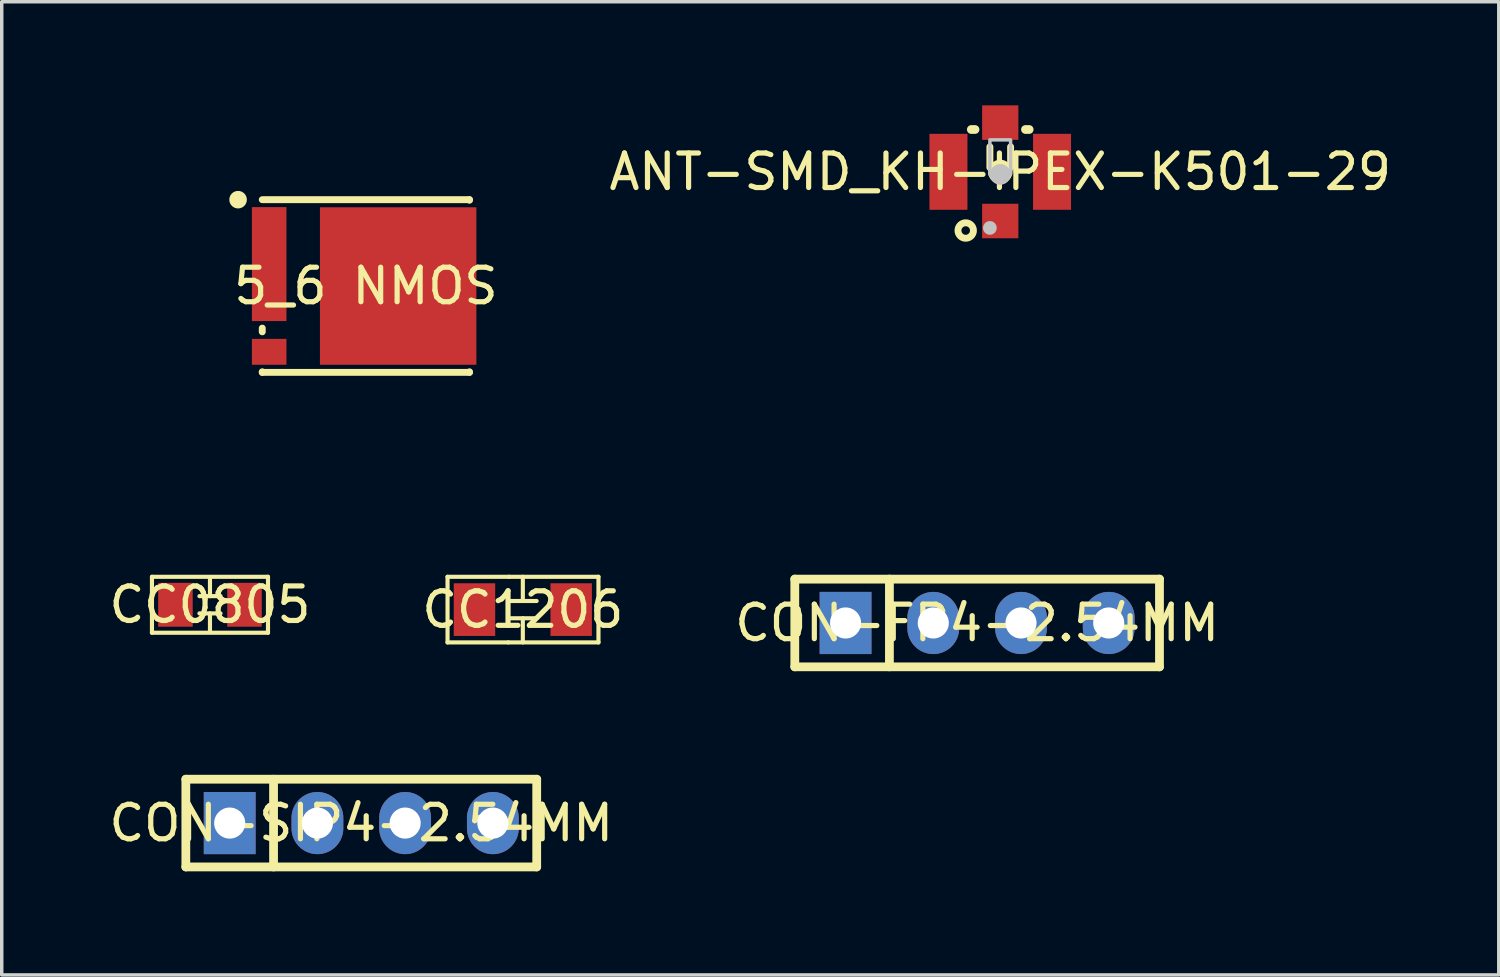
<source format=kicad_pcb>
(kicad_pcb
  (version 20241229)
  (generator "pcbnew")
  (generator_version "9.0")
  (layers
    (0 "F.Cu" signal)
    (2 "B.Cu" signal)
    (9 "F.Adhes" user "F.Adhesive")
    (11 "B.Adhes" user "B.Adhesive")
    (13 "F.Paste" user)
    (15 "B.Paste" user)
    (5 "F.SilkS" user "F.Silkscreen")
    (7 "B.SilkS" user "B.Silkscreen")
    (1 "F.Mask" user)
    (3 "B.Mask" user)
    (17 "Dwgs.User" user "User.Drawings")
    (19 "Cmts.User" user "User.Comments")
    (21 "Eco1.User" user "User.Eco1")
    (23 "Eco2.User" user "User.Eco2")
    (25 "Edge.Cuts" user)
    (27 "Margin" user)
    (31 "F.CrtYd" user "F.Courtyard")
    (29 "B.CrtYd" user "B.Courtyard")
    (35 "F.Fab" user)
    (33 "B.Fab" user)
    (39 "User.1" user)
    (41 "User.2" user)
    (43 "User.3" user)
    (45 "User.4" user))
  (footprint "CC0805"
    (layer "F.Cu")
    (at 3.03 14.462)
    (property "Reference" "CC0805" (at 0 0 0) (layer "F.SilkS") (effects (font (size 1 1) (thickness 0.15))))
    (fp_line (start -1.68 -0.81) (end -1.68 0.81) (stroke (width 0.12) (type default)) (layer "F.SilkS"))
    (fp_line (start -1.68 0.81) (end 1.68 0.81) (stroke (width 0.12) (type default)) (layer "F.SilkS"))
    (fp_line (start -0.305 -0.25) (end 0.305 -0.25) (stroke (width 0.12) (type default)) (layer "F.SilkS"))
    (fp_line (start -0.305 0.25) (end 0.305 0.25) (stroke (width 0.12) (type default)) (layer "F.SilkS"))
    (fp_line (start 0 -0.25) (end 0 -0.737) (stroke (width 0.12) (type default)) (layer "F.SilkS"))
    (fp_line (start 0 0.762) (end 0 0.25) (stroke (width 0.12) (type default)) (layer "F.SilkS"))
    (fp_line (start 1.68 -0.81) (end -1.68 -0.81) (stroke (width 0.12) (type default)) (layer "F.SilkS"))
    (fp_line (start 1.68 0.81) (end 1.68 -0.81) (stroke (width 0.12) (type default)) (layer "F.SilkS"))
    (pad "1" smd rect (at -1 0 90) (size 1.27 1) (layers "F.Cu" "F.Mask" "F.Paste"))
    (pad "2" smd rect (at 1 0 90) (size 1.27 1) (layers "F.Cu" "F.Mask" "F.Paste")))
  (footprint "5_6 NMOS"
    (layer "F.Cu")
    (at 7.544 5.232)
    (property "Reference" "5_6 NMOS" (at 0 0 0) (layer "F.SilkS") (effects (font (size 1 1) (thickness 0.15))))
    (fp_line (start -3 -2.5) (end 3 -2.5) (stroke (width 0.2) (type default)) (layer "F.SilkS"))
    (fp_line (start -3 1.326) (end -3 1.219) (stroke (width 0.2) (type default)) (layer "F.SilkS"))
    (fp_line (start -3 2.5) (end -3 2.484) (stroke (width 0.2) (type default)) (layer "F.SilkS"))
    (fp_line (start 3 -2.5) (end 3 -2.484) (stroke (width 0.2) (type default)) (layer "F.SilkS"))
    (fp_line (start 3 2.484) (end 3 2.5) (stroke (width 0.2) (type default)) (layer "F.SilkS"))
    (fp_line (start 3 2.5) (end -3 2.5) (stroke (width 0.2) (type default)) (layer "F.SilkS"))
    (fp_circle (center -3.7 -2.5) (end -3.573 -2.5) (stroke (width 0.254) (type default)) (fill no) (layer "F.SilkS"))
    (fp_poly (pts (xy -5.723 0.512) (xy -5.723 1.012) (xy -7.023 1.012) (xy -7.023 0.512)) (stroke (width 0.1) (type default)) (fill no) (layer "User.1"))
    (fp_poly (pts (xy -5.723 1.782) (xy -5.723 2.282) (xy -7.023 2.282) (xy -7.023 1.782)) (stroke (width 0.1) (type default)) (fill no) (layer "User.1"))
    (fp_poly (pts (xy -5.723 3.052) (xy -5.723 3.552) (xy -7.023 3.552) (xy -7.023 3.052)) (stroke (width 0.1) (type default)) (fill no) (layer "User.1"))
    (fp_poly (pts (xy -5.723 4.322) (xy -5.723 4.822) (xy -7.023 4.822) (xy -7.023 4.322)) (stroke (width 0.1) (type default)) (fill no) (layer "User.1"))
    (fp_poly (pts (xy -2.258 -2.155) (xy -2.258 -1.655) (xy -3.558 -1.655) (xy -3.558 -2.155)) (stroke (width 0.1) (type default)) (fill no) (layer "User.1"))
    (fp_poly (pts (xy -2.258 -0.885) (xy -2.258 -0.385) (xy -3.558 -0.385) (xy -3.558 -0.885)) (stroke (width 0.1) (type default)) (fill no) (layer "User.1"))
    (fp_poly (pts (xy -2.258 0.385) (xy -2.258 0.885) (xy -3.558 0.885) (xy -3.558 0.385)) (stroke (width 0.1) (type default)) (fill no) (layer "User.1"))
    (fp_poly (pts (xy -2.258 1.655) (xy -2.258 2.155) (xy -3.558 2.155) (xy -3.558 1.655)) (stroke (width 0.1) (type default)) (fill no) (layer "User.1"))
    (fp_poly (pts (xy -2.2 -4.695) (xy -2.2 -4.195) (xy -3.501 -4.195) (xy -3.501 -4.695)) (stroke (width 0.1) (type default)) (fill no) (layer "User.1"))
    (fp_poly (pts (xy -2.2 -3.425) (xy -2.2 -2.925) (xy -3.501 -2.925) (xy -3.501 -3.425)) (stroke (width 0.1) (type default)) (fill no) (layer "User.1"))
    (fp_poly (pts (xy -2.2 -2.155) (xy -2.2 -1.655) (xy -3.501 -1.655) (xy -3.501 -2.155)) (stroke (width 0.1) (type default)) (fill no) (layer "User.1"))
    (fp_poly (pts (xy -2.2 -0.885) (xy -2.2 -0.385) (xy -3.501 -0.385) (xy -3.501 -0.885)) (stroke (width 0.1) (type default)) (fill no) (layer "User.1"))
    (fp_poly (pts (xy -0.953 0.542) (xy -0.953 4.792) (xy -4.453 4.792) (xy -4.453 0.542)) (stroke (width 0.1) (type default)) (fill no) (layer "User.1"))
    (fp_poly (pts (xy -0.008 0.512) (xy -0.008 1.012) (xy -1.308 1.012) (xy -1.308 0.512)) (stroke (width 0.1) (type default)) (fill no) (layer "User.1"))
    (fp_poly (pts (xy -0.008 1.782) (xy -0.008 2.282) (xy -1.308 2.282) (xy -1.308 1.782)) (stroke (width 0.1) (type default)) (fill no) (layer "User.1"))
    (fp_poly (pts (xy -0.008 3.052) (xy -0.008 3.552) (xy -1.308 3.552) (xy -1.308 3.052)) (stroke (width 0.1) (type default)) (fill no) (layer "User.1"))
    (fp_poly (pts (xy -0.008 4.322) (xy -0.008 4.822) (xy -1.308 4.822) (xy -1.308 4.322)) (stroke (width 0.1) (type default)) (fill no) (layer "User.1"))
    (fp_poly (pts (xy 2.512 -2.125) (xy 2.512 2.125) (xy -0.988 2.125) (xy -0.988 -2.125)) (stroke (width 0.1) (type default)) (fill no) (layer "User.1"))
    (fp_poly (pts (xy 2.569 -4.665) (xy 2.569 -0.415) (xy -0.93 -0.415) (xy -0.93 -4.665)) (stroke (width 0.1) (type default)) (fill no) (layer "User.1"))
    (fp_poly (pts (xy 3.457 -2.155) (xy 3.457 -1.655) (xy 2.157 -1.655) (xy 2.157 -2.155)) (stroke (width 0.1) (type default)) (fill no) (layer "User.1"))
    (fp_poly (pts (xy 3.457 -0.885) (xy 3.457 -0.385) (xy 2.157 -0.385) (xy 2.157 -0.885)) (stroke (width 0.1) (type default)) (fill no) (layer "User.1"))
    (fp_poly (pts (xy 3.457 0.385) (xy 3.457 0.885) (xy 2.157 0.885) (xy 2.157 0.385)) (stroke (width 0.1) (type default)) (fill no) (layer "User.1"))
    (fp_poly (pts (xy 3.457 1.655) (xy 3.457 2.155) (xy 2.157 2.155) (xy 2.157 1.655)) (stroke (width 0.1) (type default)) (fill no) (layer "User.1"))
    (fp_poly (pts (xy 3.514 -4.695) (xy 3.514 -4.195) (xy 2.215 -4.195) (xy 2.215 -4.695)) (stroke (width 0.1) (type default)) (fill no) (layer "User.1"))
    (fp_poly (pts (xy 3.514 -3.425) (xy 3.514 -2.925) (xy 2.215 -2.925) (xy 2.215 -3.425)) (stroke (width 0.1) (type default)) (fill no) (layer "User.1"))
    (fp_poly (pts (xy 3.514 -2.155) (xy 3.514 -1.655) (xy 2.215 -1.655) (xy 2.215 -2.155)) (stroke (width 0.1) (type default)) (fill no) (layer "User.1"))
    (fp_poly (pts (xy 3.514 -0.885) (xy 3.514 -0.385) (xy 2.215 -0.385) (xy 2.215 -0.885)) (stroke (width 0.1) (type default)) (fill no) (layer "User.1"))
    (fp_line (start -7.519 0) (end 0 0) (stroke (width 0.051) (type default)) (layer "User.2"))
    (fp_line (start -7.519 5.334) (end -7.519 0) (stroke (width 0.051) (type default)) (layer "User.2"))
    (fp_line (start -4.053 -2.667) (end 3.465 -2.667) (stroke (width 0.051) (type default)) (layer "User.2"))
    (fp_line (start -4.053 2.667) (end -4.053 -2.667) (stroke (width 0.051) (type default)) (layer "User.2"))
    (fp_line (start -3.997 -5.207) (end 3.522 -5.207) (stroke (width 0.051) (type default)) (layer "User.2"))
    (fp_line (start -3.997 0.127) (end -3.997 -5.207) (stroke (width 0.051) (type default)) (layer "User.2"))
    (fp_line (start 0 0) (end 0 5.334) (stroke (width 0.051) (type default)) (layer "User.2"))
    (fp_line (start 0 5.334) (end -7.519 5.334) (stroke (width 0.051) (type default)) (layer "User.2"))
    (fp_line (start 3.465 -2.667) (end 3.465 2.667) (stroke (width 0.051) (type default)) (layer "User.2"))
    (fp_line (start 3.465 2.667) (end -4.053 2.667) (stroke (width 0.051) (type default)) (layer "User.2"))
    (fp_line (start 3.522 -5.207) (end 3.522 0.127) (stroke (width 0.051) (type default)) (layer "User.2"))
    (fp_line (start 3.522 0.127) (end -3.997 0.127) (stroke (width 0.051) (type default)) (layer "User.2"))
    (pad "1" smd rect (at -2.8 -0.635 180) (size 1 3.3) (layers "F.Cu" "F.Mask" "F.Paste"))
    (pad "2" smd rect (at -2.8 1.905 180) (size 1 0.75) (layers "F.Cu" "F.Mask" "F.Paste"))
    (pad "3" smd rect (at 0.935 0 180) (size 4.53 4.56) (layers "F.Cu" "F.Mask" "F.Paste")))
  (footprint "ANT-SMD_KH-IPEX-K501-29"
    (layer "F.Cu")
    (at 25.913 1.925)
    (property "Reference" "ANT-SMD_KH-IPEX-K501-29" (at 0 0 0) (layer "F.SilkS") (effects (font (size 1 1) (thickness 0.15))))
    (fp_line (start -0.837 -1.225) (end -0.731 -1.225) (stroke (width 0.254) (type default)) (layer "F.SilkS"))
    (fp_line (start -0.3 -0.125) (end -0.3 -0.725) (stroke (width 0.2) (type default)) (layer "F.SilkS"))
    (fp_line (start 0.3 -0.125) (end 0.3 -0.725) (stroke (width 0.2) (type default)) (layer "F.SilkS"))
    (fp_line (start 0.731 -1.225) (end 0.837 -1.225) (stroke (width 0.254) (type default)) (layer "F.SilkS"))
    (fp_circle (center -1 1.7) (end -0.776 1.7) (stroke (width 0.2) (type default)) (fill no) (layer "F.SilkS"))
    (fp_circle (center 0 0) (end 0.224 0) (stroke (width 0.254) (type default)) (fill no) (layer "F.SilkS"))
    (fp_circle (center -0.3 1.625) (end -0.2 1.625) (stroke (width 0.2) (type default)) (fill no) (layer "Dwgs.User"))
    (fp_circle (center 0 0.075) (end 0.15 0.075) (stroke (width 0.3) (type default)) (fill no) (layer "Dwgs.User"))
    (fp_poly (pts (xy -0.3 -0.925) (xy -0.3 0.075) (xy 0.3 0.075) (xy 0.3 -0.925)) (stroke (width 0.1) (type default)) (fill no) (layer "Dwgs.User"))
    (fp_poly (pts (xy -1.05 -0.9) (xy -1.05 0.9) (xy -1.5 0.9) (xy -1.5 -0.9)) (stroke (width 0.1) (type default)) (fill no) (layer "User.1"))
    (fp_poly (pts (xy -0.3 1) (xy 0.3 1) (xy 0.3 1.551) (xy -0.3 1.551)) (stroke (width 0.1) (type default)) (fill no) (layer "User.1"))
    (fp_poly (pts (xy 0.3 -1.201) (xy -0.3 -1.201) (xy -0.3 -1.651) (xy 0.3 -1.651)) (stroke (width 0.1) (type default)) (fill no) (layer "User.1"))
    (fp_poly (pts (xy 1.05 0.9) (xy 1.05 -0.9) (xy 1.5 -0.9) (xy 1.5 0.9)) (stroke (width 0.1) (type default)) (fill no) (layer "User.1"))
    (fp_line (start -1.3 0.925) (end -1.3 1.007) (stroke (width 0.051) (type default)) (layer "User.2"))
    (fp_line (start -1.3 -1.053) (end -1.3 0.924) (stroke (width 0.051) (type default)) (layer "User.2"))
    (fp_line (start -1.048 -1.3) (end -1.052 -1.3) (stroke (width 0.051) (type default)) (layer "User.2"))
    (fp_line (start -1.008 1.298) (end 1.05 1.298) (stroke (width 0.051) (type default)) (layer "User.2"))
    (fp_line (start 0.97 -1.302) (end -1.048 -1.3) (stroke (width 0.051) (type default)) (layer "User.2"))
    (fp_line (start 1.05 -1.302) (end 0.97 -1.302) (stroke (width 0.051) (type default)) (layer "User.2"))
    (fp_line (start 1.3 1.05) (end 1.3 1.045) (stroke (width 0.051) (type default)) (layer "User.2"))
    (fp_line (start 1.3 1.044) (end 1.3 -1.051) (stroke (width 0.051) (type default)) (layer "User.2"))
    (fp_arc (start -1.2995 -1.053) (mid -1.227009 -1.228009) (end -1.052 -1.3005) (stroke (width 0.051) (type default)) (layer "User.2"))
    (fp_arc (start -1.2995 0.9245) (mid -1.299646 0.924854) (end -1.3 0.925) (stroke (width 0.051) (type default)) (layer "User.2"))
    (fp_arc (start -1.0085 1.2985) (mid -1.214622 1.213122) (end -1.3 1.007) (stroke (width 0.051) (type default)) (layer "User.2"))
    (fp_arc (start 1.05 -1.3015) (mid 1.22713 -1.22813) (end 1.3 -1.051) (stroke (width 0.051) (type default)) (layer "User.2"))
    (fp_arc (start 1.0505 1.2985) (mid 1.050854 1.298646) (end 1.0505 1.299) (stroke (width 0.051) (type default)) (layer "User.2"))
    (fp_arc (start 1.2995 1.05) (mid 1.22657 1.22607) (end 1.0505 1.299) (stroke (width 0.051) (type default)) (layer "User.2"))
    (fp_arc (start 1.3 1.044) (mid 1.299854 1.044354) (end 1.2995 1.045) (stroke (width 0.051) (type default)) (layer "User.2"))
    (fp_poly (pts (xy 1.56 1.551) (xy 1.542 1.509) (xy 1.5 1.491) (xy 1.458 1.509) (xy 1.44 1.551) (xy 1.458 1.593) (xy 1.5 1.611) (xy 1.542 1.593)) (stroke (width 0.1) (type default)) (fill no) (layer "User.3"))
    (pad "1" smd rect (at 0 1.425) (size 1.05 1) (layers "F.Cu" "F.Mask" "F.Paste"))
    (pad "2" smd rect (at -1.5 0 90) (size 2.2 1.1) (layers "F.Cu" "F.Mask" "F.Paste"))
    (pad "3" smd rect (at 1.5 0 90) (size 2.2 1.1) (layers "F.Cu" "F.Mask" "F.Paste"))
    (pad "4" smd rect (at 0 -1.425) (size 1.05 1) (layers "F.Cu" "F.Mask" "F.Paste")))
  (footprint "CON-FP4-2.54MM"
    (layer "F.Cu")
    (at 25.244 14.989)
    (property "Reference" "CON-FP4-2.54MM" (at 0 0 0) (layer "F.SilkS") (effects (font (size 1 1) (thickness 0.15))))
    (fp_line (start -5.28 -1.27) (end -5.28 1.27) (stroke (width 0.254) (type default)) (layer "F.SilkS"))
    (fp_line (start -5.28 1.27) (end 5.28 1.27) (stroke (width 0.254) (type default)) (layer "F.SilkS"))
    (fp_line (start -2.54 1.27) (end -2.54 -1.27) (stroke (width 0.254) (type default)) (layer "F.SilkS"))
    (fp_line (start 5.28 -1.27) (end -5.28 -1.27) (stroke (width 0.254) (type default)) (layer "F.SilkS"))
    (fp_line (start 5.28 1.27) (end 5.28 -1.27) (stroke (width 0.254) (type default)) (layer "F.SilkS"))
    (pad "1" thru_hole rect (at -3.81 0 90) (size 1.8 1.5) (drill 0.9) (layers "*.Cu" "*.Mask"))
    (pad "2" thru_hole oval (at -1.27 0 90) (size 1.8 1.5) (drill 0.9) (layers "*.Cu" "*.Mask"))
    (pad "3" thru_hole oval (at 1.27 0 90) (size 1.8 1.5) (drill 0.9) (layers "*.Cu" "*.Mask"))
    (pad "4" thru_hole oval (at 3.81 0 90) (size 1.8 1.5) (drill 0.9) (layers "*.Cu" "*.Mask")))
  (footprint "CC1206"
    (layer "F.Cu")
    (at 12.089 14.602)
    (property "Reference" "CC1206" (at 0 0 0) (layer "F.SilkS") (effects (font (size 1 1) (thickness 0.15))))
    (fp_line (start -2.18 -0.95) (end -2.18 0.95) (stroke (width 0.12) (type default)) (layer "F.SilkS"))
    (fp_line (start -2.18 0.95) (end -0.422 0.95) (stroke (width 0.12) (type default)) (layer "F.SilkS"))
    (fp_line (start -0.422 0.95) (end 2.19 0.95) (stroke (width 0.12) (type default)) (layer "F.SilkS"))
    (fp_line (start -0.4 -0.95) (end -2.18 -0.95) (stroke (width 0.12) (type default)) (layer "F.SilkS"))
    (fp_line (start -0.4 -0.25) (end 0.4 -0.25) (stroke (width 0.12) (type default)) (layer "F.SilkS"))
    (fp_line (start -0.4 0.25) (end 0.4 0.25) (stroke (width 0.12) (type default)) (layer "F.SilkS"))
    (fp_line (start 0 -0.25) (end 0 -0.95) (stroke (width 0.12) (type default)) (layer "F.SilkS"))
    (fp_line (start 0 0.95) (end 0 0.25) (stroke (width 0.12) (type default)) (layer "F.SilkS"))
    (fp_line (start 2.19 -0.95) (end -0.4 -0.95) (stroke (width 0.12) (type default)) (layer "F.SilkS"))
    (fp_line (start 2.19 0.95) (end 2.19 -0.95) (stroke (width 0.12) (type default)) (layer "F.SilkS"))
    (pad "1" smd rect (at -1.4 0 90) (size 1.525 1.2) (layers "F.Cu" "F.Mask" "F.Paste"))
    (pad "2" smd rect (at 1.4 0 90) (size 1.525 1.2) (layers "F.Cu" "F.Mask" "F.Paste")))
  (footprint "CON-SIP4-2.54MM"
    (layer "F.Cu")
    (at 7.411 20.783)
    (property "Reference" "CON-SIP4-2.54MM" (at 0 0 0) (layer "F.SilkS") (effects (font (size 1 1) (thickness 0.15))))
    (fp_line (start -5.08 -1.27) (end -5.08 1.27) (stroke (width 0.254) (type default)) (layer "F.SilkS"))
    (fp_line (start -5.08 1.27) (end 5.08 1.27) (stroke (width 0.254) (type default)) (layer "F.SilkS"))
    (fp_line (start -2.54 1.27) (end -2.54 -1.27) (stroke (width 0.254) (type default)) (layer "F.SilkS"))
    (fp_line (start 5.08 -1.27) (end -5.08 -1.27) (stroke (width 0.254) (type default)) (layer "F.SilkS"))
    (fp_line (start 5.08 1.27) (end 5.08 -1.27) (stroke (width 0.254) (type default)) (layer "F.SilkS"))
    (pad "1" thru_hole rect (at -3.81 0 90) (size 1.8 1.5) (drill 0.9) (layers "*.Cu" "*.Mask"))
    (pad "2" thru_hole oval (at -1.27 0 90) (size 1.8 1.5) (drill 0.9) (layers "*.Cu" "*.Mask"))
    (pad "3" thru_hole oval (at 1.27 0 90) (size 1.8 1.5) (drill 0.9) (layers "*.Cu" "*.Mask"))
    (pad "4" thru_hole oval (at 3.81 0 90) (size 1.8 1.5) (drill 0.9) (layers "*.Cu" "*.Mask")))
  (gr_rect
    (start -3 -3)
    (end 40.348 25.18)
    (stroke (width 0.1) (type default))
    (fill no)
    (layer "Edge.Cuts")))
</source>
